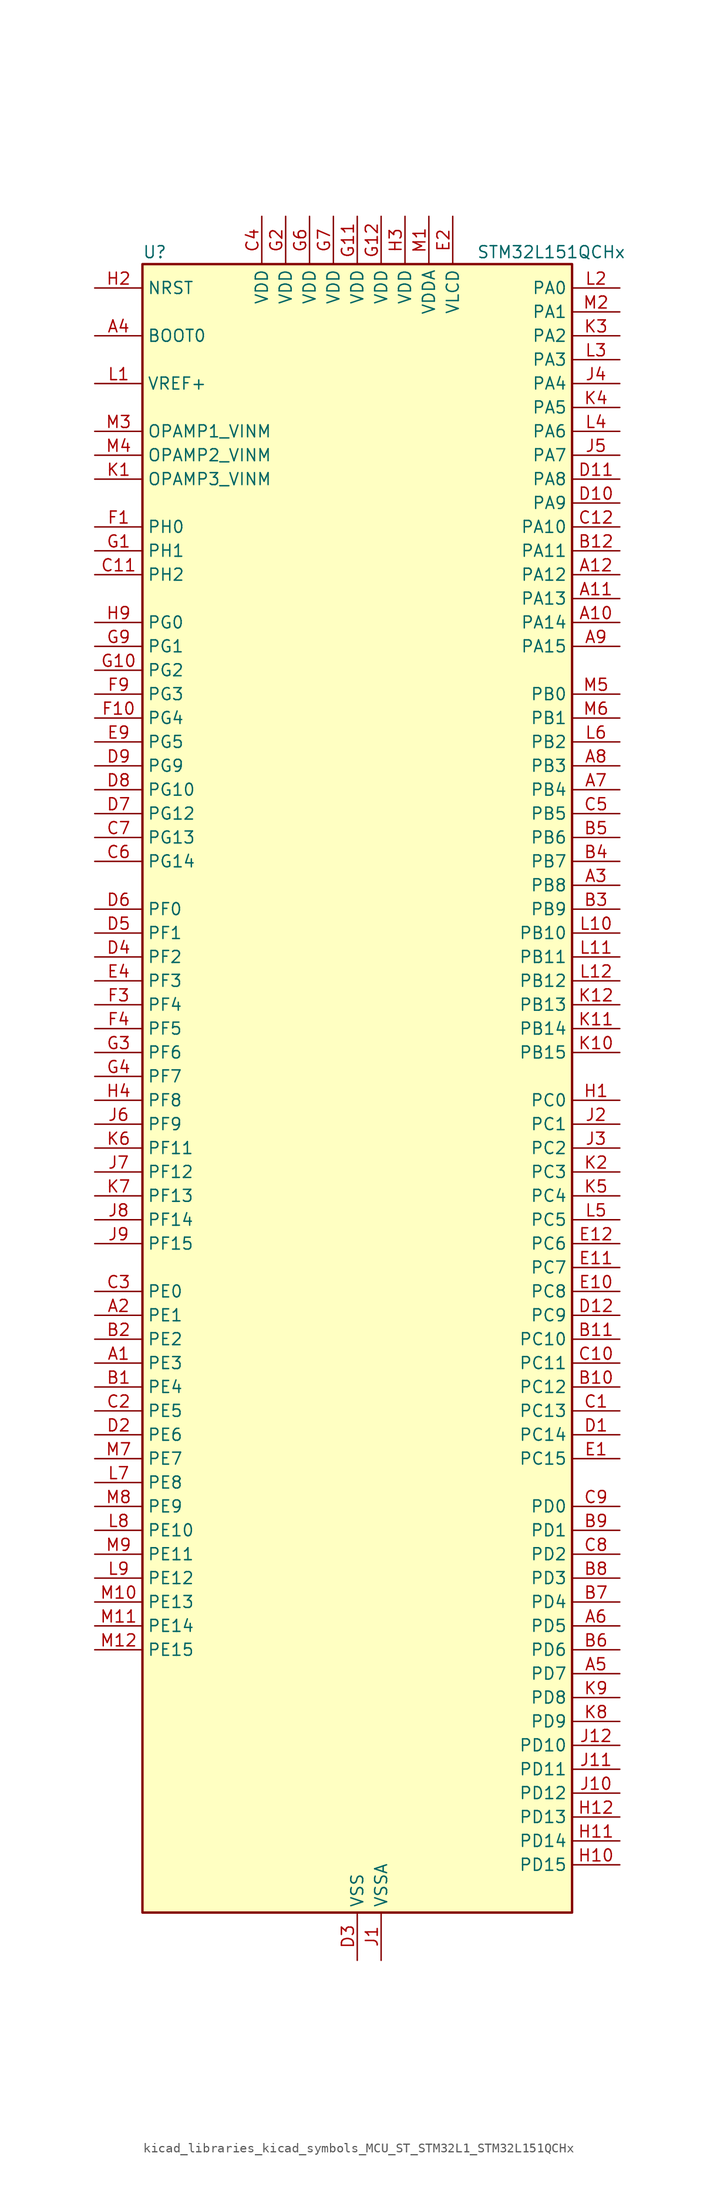
<source format=kicad_sym>
(kicad_symbol_lib
  (version 20220914)
  (generator kicad_symbol_editor)
  (symbol "kicad_libraries_kicad_symbols_MCU_ST_STM32L1_STM32L151QCHx"
    (property "Reference" "U"
      (at -22.86 90.17 0)
      (effects (font (size 1.27 1.27)) (justify left)))
    (property "Value" "STM32L151QCHx"
      (at 12.7 90.17 0)
      (effects (font (size 1.27 1.27)) (justify left)))
    (property "ki_locked" ""
      (at 0 0 0)
      (effects (font (size 1.27 1.27))))
    (symbol "kicad_libraries_kicad_symbols_MCU_ST_STM32L1_STM32L151QCHx_0_1"
      (rectangle (start -22.86 -86.36) (end 22.86 88.9) (stroke (width 0.254) (type default)) (fill (type background))))
    (symbol "kicad_libraries_kicad_symbols_MCU_ST_STM32L1_STM32L151QCHx_1_1"
      (pin bidirectional line (at -27.94 -27.94 0) (length 5.08) (name "PE3" (effects (font (size 1.27 1.27)))) (number "A1" (effects (font (size 1.27 1.27)))) (alternate "SYS_TRACED0" bidirectional line) (alternate "TIM3_CH1" bidirectional line) (alternate "TIMX_IC4" bidirectional line))
      (pin bidirectional line (at 27.94 50.8 180) (length 5.08) (name "PA14" (effects (font (size 1.27 1.27)))) (number "A10" (effects (font (size 1.27 1.27)))) (alternate "SYS_JTCK-SWCLK" bidirectional line) (alternate "TIMX_IC3" bidirectional line) (alternate "TS_G5_IO2" bidirectional line))
      (pin bidirectional line (at 27.94 53.34 180) (length 5.08) (name "PA13" (effects (font (size 1.27 1.27)))) (number "A11" (effects (font (size 1.27 1.27)))) (alternate "SYS_JTMS-SWDIO" bidirectional line) (alternate "TIMX_IC2" bidirectional line) (alternate "TS_G5_IO1" bidirectional line))
      (pin bidirectional line (at 27.94 55.88 180) (length 5.08) (name "PA12" (effects (font (size 1.27 1.27)))) (number "A12" (effects (font (size 1.27 1.27)))) (alternate "SPI1_MOSI" bidirectional line) (alternate "TIMX_IC1" bidirectional line) (alternate "USART1_RTS" bidirectional line) (alternate "USB_DP" bidirectional line))
      (pin bidirectional line (at -27.94 -22.86 0) (length 5.08) (name "PE1" (effects (font (size 1.27 1.27)))) (number "A2" (effects (font (size 1.27 1.27)))) (alternate "TIM11_CH1" bidirectional line) (alternate "TIMX_IC2" bidirectional line))
      (pin bidirectional line (at 27.94 22.86 180) (length 5.08) (name "PB8" (effects (font (size 1.27 1.27)))) (number "A3" (effects (font (size 1.27 1.27)))) (alternate "I2C1_SCL" bidirectional line) (alternate "TIM10_CH1" bidirectional line) (alternate "TIM4_CH3" bidirectional line))
      (pin input line (at -27.94 81.28 0) (length 5.08) (name "BOOT0" (effects (font (size 1.27 1.27)))) (number "A4" (effects (font (size 1.27 1.27)))))
      (pin bidirectional line (at 27.94 -60.96 180) (length 5.08) (name "PD7" (effects (font (size 1.27 1.27)))) (number "A5" (effects (font (size 1.27 1.27)))) (alternate "TIM9_CH2" bidirectional line) (alternate "TIMX_IC4" bidirectional line) (alternate "USART2_CK" bidirectional line))
      (pin bidirectional line (at 27.94 -55.88 180) (length 5.08) (name "PD5" (effects (font (size 1.27 1.27)))) (number "A6" (effects (font (size 1.27 1.27)))) (alternate "TIMX_IC2" bidirectional line) (alternate "USART2_TX" bidirectional line))
      (pin bidirectional line (at 27.94 33.02 180) (length 5.08) (name "PB4" (effects (font (size 1.27 1.27)))) (number "A7" (effects (font (size 1.27 1.27)))) (alternate "COMP2_INP" bidirectional line) (alternate "SPI1_MISO" bidirectional line) (alternate "SPI3_MISO" bidirectional line) (alternate "SYS_JTRST" bidirectional line) (alternate "TIM3_CH1" bidirectional line) (alternate "TS_G6_IO1" bidirectional line))
      (pin bidirectional line (at 27.94 35.56 180) (length 5.08) (name "PB3" (effects (font (size 1.27 1.27)))) (number "A8" (effects (font (size 1.27 1.27)))) (alternate "COMP2_INM" bidirectional line) (alternate "I2S3_CK" bidirectional line) (alternate "SPI1_SCK" bidirectional line) (alternate "SPI3_SCK" bidirectional line) (alternate "SYS_JTDO-TRACESWO" bidirectional line) (alternate "TIM2_CH2" bidirectional line))
      (pin bidirectional line (at 27.94 48.26 180) (length 5.08) (name "PA15" (effects (font (size 1.27 1.27)))) (number "A9" (effects (font (size 1.27 1.27)))) (alternate "ADC_EXTI15" bidirectional line) (alternate "I2S3_WS" bidirectional line) (alternate "SPI1_NSS" bidirectional line) (alternate "SPI3_NSS" bidirectional line) (alternate "SYS_JTDI" bidirectional line) (alternate "TIM2_CH1" bidirectional line) (alternate "TIM2_ETR" bidirectional line) (alternate "TIMX_IC4" bidirectional line) (alternate "TS_G5_IO3" bidirectional line))
      (pin bidirectional line (at -27.94 -30.48 0) (length 5.08) (name "PE4" (effects (font (size 1.27 1.27)))) (number "B1" (effects (font (size 1.27 1.27)))) (alternate "SYS_TRACED1" bidirectional line) (alternate "TIM3_CH2" bidirectional line) (alternate "TIMX_IC1" bidirectional line))
      (pin bidirectional line (at 27.94 -30.48 180) (length 5.08) (name "PC12" (effects (font (size 1.27 1.27)))) (number "B10" (effects (font (size 1.27 1.27)))) (alternate "I2S3_SD" bidirectional line) (alternate "SPI3_MOSI" bidirectional line) (alternate "TIMX_IC1" bidirectional line) (alternate "USART3_CK" bidirectional line))
      (pin bidirectional line (at 27.94 -25.4 180) (length 5.08) (name "PC10" (effects (font (size 1.27 1.27)))) (number "B11" (effects (font (size 1.27 1.27)))) (alternate "I2S3_CK" bidirectional line) (alternate "SPI3_SCK" bidirectional line) (alternate "TIMX_IC3" bidirectional line) (alternate "USART3_TX" bidirectional line))
      (pin bidirectional line (at 27.94 58.42 180) (length 5.08) (name "PA11" (effects (font (size 1.27 1.27)))) (number "B12" (effects (font (size 1.27 1.27)))) (alternate "ADC_EXTI11" bidirectional line) (alternate "SPI1_MISO" bidirectional line) (alternate "TIMX_IC4" bidirectional line) (alternate "USART1_CTS" bidirectional line) (alternate "USB_DM" bidirectional line))
      (pin bidirectional line (at -27.94 -25.4 0) (length 5.08) (name "PE2" (effects (font (size 1.27 1.27)))) (number "B2" (effects (font (size 1.27 1.27)))) (alternate "SYS_TRACECK" bidirectional line) (alternate "TIM3_ETR" bidirectional line) (alternate "TIMX_IC3" bidirectional line))
      (pin bidirectional line (at 27.94 20.32 180) (length 5.08) (name "PB9" (effects (font (size 1.27 1.27)))) (number "B3" (effects (font (size 1.27 1.27)))) (alternate "DAC_EXTI9" bidirectional line) (alternate "I2C1_SDA" bidirectional line) (alternate "TIM11_CH1" bidirectional line) (alternate "TIM4_CH4" bidirectional line))
      (pin bidirectional line (at 27.94 25.4 180) (length 5.08) (name "PB7" (effects (font (size 1.27 1.27)))) (number "B4" (effects (font (size 1.27 1.27)))) (alternate "COMP2_INP" bidirectional line) (alternate "I2C1_SDA" bidirectional line) (alternate "SYS_PVD_IN" bidirectional line) (alternate "TIM4_CH2" bidirectional line) (alternate "TS_G6_IO4" bidirectional line) (alternate "USART1_RX" bidirectional line))
      (pin bidirectional line (at 27.94 27.94 180) (length 5.08) (name "PB6" (effects (font (size 1.27 1.27)))) (number "B5" (effects (font (size 1.27 1.27)))) (alternate "COMP2_INP" bidirectional line) (alternate "I2C1_SCL" bidirectional line) (alternate "TIM4_CH1" bidirectional line) (alternate "TS_G6_IO3" bidirectional line) (alternate "USART1_TX" bidirectional line))
      (pin bidirectional line (at 27.94 -58.42 180) (length 5.08) (name "PD6" (effects (font (size 1.27 1.27)))) (number "B6" (effects (font (size 1.27 1.27)))) (alternate "TIMX_IC3" bidirectional line) (alternate "USART2_RX" bidirectional line))
      (pin bidirectional line (at 27.94 -53.34 180) (length 5.08) (name "PD4" (effects (font (size 1.27 1.27)))) (number "B7" (effects (font (size 1.27 1.27)))) (alternate "I2S2_SD" bidirectional line) (alternate "SPI2_MOSI" bidirectional line) (alternate "TIMX_IC1" bidirectional line) (alternate "USART2_RTS" bidirectional line))
      (pin bidirectional line (at 27.94 -50.8 180) (length 5.08) (name "PD3" (effects (font (size 1.27 1.27)))) (number "B8" (effects (font (size 1.27 1.27)))) (alternate "SPI2_MISO" bidirectional line) (alternate "TIMX_IC4" bidirectional line) (alternate "USART2_CTS" bidirectional line))
      (pin bidirectional line (at 27.94 -45.72 180) (length 5.08) (name "PD1" (effects (font (size 1.27 1.27)))) (number "B9" (effects (font (size 1.27 1.27)))) (alternate "I2S2_CK" bidirectional line) (alternate "SPI2_SCK" bidirectional line) (alternate "TIMX_IC2" bidirectional line))
      (pin bidirectional line (at 27.94 -33.02 180) (length 5.08) (name "PC13" (effects (font (size 1.27 1.27)))) (number "C1" (effects (font (size 1.27 1.27)))) (alternate "RTC_OUT_ALARM" bidirectional line) (alternate "RTC_OUT_CALIB" bidirectional line) (alternate "RTC_TAMP1" bidirectional line) (alternate "RTC_TS" bidirectional line) (alternate "SYS_WKUP2" bidirectional line) (alternate "TIMX_IC2" bidirectional line))
      (pin bidirectional line (at 27.94 -27.94 180) (length 5.08) (name "PC11" (effects (font (size 1.27 1.27)))) (number "C10" (effects (font (size 1.27 1.27)))) (alternate "ADC_EXTI11" bidirectional line) (alternate "SPI3_MISO" bidirectional line) (alternate "TIMX_IC4" bidirectional line) (alternate "USART3_RX" bidirectional line))
      (pin bidirectional line (at -27.94 55.88 0) (length 5.08) (name "PH2" (effects (font (size 1.27 1.27)))) (number "C11" (effects (font (size 1.27 1.27)))))
      (pin bidirectional line (at 27.94 60.96 180) (length 5.08) (name "PA10" (effects (font (size 1.27 1.27)))) (number "C12" (effects (font (size 1.27 1.27)))) (alternate "TIMX_IC3" bidirectional line) (alternate "TS_G4_IO3" bidirectional line) (alternate "USART1_RX" bidirectional line))
      (pin bidirectional line (at -27.94 -33.02 0) (length 5.08) (name "PE5" (effects (font (size 1.27 1.27)))) (number "C2" (effects (font (size 1.27 1.27)))) (alternate "SYS_TRACED2" bidirectional line) (alternate "TIM9_CH1" bidirectional line) (alternate "TIMX_IC2" bidirectional line))
      (pin bidirectional line (at -27.94 -20.32 0) (length 5.08) (name "PE0" (effects (font (size 1.27 1.27)))) (number "C3" (effects (font (size 1.27 1.27)))) (alternate "TIM10_CH1" bidirectional line) (alternate "TIM4_ETR" bidirectional line) (alternate "TIMX_IC1" bidirectional line))
      (pin power_in line (at -10.16 93.98 270) (length 5.08) (name "VDD" (effects (font (size 1.27 1.27)))) (number "C4" (effects (font (size 1.27 1.27)))))
      (pin bidirectional line (at 27.94 30.48 180) (length 5.08) (name "PB5" (effects (font (size 1.27 1.27)))) (number "C5" (effects (font (size 1.27 1.27)))) (alternate "COMP2_INP" bidirectional line) (alternate "I2C1_SMBA" bidirectional line) (alternate "I2S3_SD" bidirectional line) (alternate "SPI1_MOSI" bidirectional line) (alternate "SPI3_MOSI" bidirectional line) (alternate "TIM3_CH2" bidirectional line) (alternate "TS_G6_IO2" bidirectional line))
      (pin bidirectional line (at -27.94 25.4 0) (length 5.08) (name "PG14" (effects (font (size 1.27 1.27)))) (number "C6" (effects (font (size 1.27 1.27)))))
      (pin bidirectional line (at -27.94 27.94 0) (length 5.08) (name "PG13" (effects (font (size 1.27 1.27)))) (number "C7" (effects (font (size 1.27 1.27)))))
      (pin bidirectional line (at 27.94 -48.26 180) (length 5.08) (name "PD2" (effects (font (size 1.27 1.27)))) (number "C8" (effects (font (size 1.27 1.27)))) (alternate "TIM3_ETR" bidirectional line) (alternate "TIMX_IC3" bidirectional line))
      (pin bidirectional line (at 27.94 -43.18 180) (length 5.08) (name "PD0" (effects (font (size 1.27 1.27)))) (number "C9" (effects (font (size 1.27 1.27)))) (alternate "I2S2_WS" bidirectional line) (alternate "SPI2_NSS" bidirectional line) (alternate "TIM9_CH1" bidirectional line) (alternate "TIMX_IC1" bidirectional line))
      (pin bidirectional line (at 27.94 -35.56 180) (length 5.08) (name "PC14" (effects (font (size 1.27 1.27)))) (number "D1" (effects (font (size 1.27 1.27)))) (alternate "RCC_OSC32_IN" bidirectional line) (alternate "TIMX_IC3" bidirectional line))
      (pin bidirectional line (at 27.94 63.5 180) (length 5.08) (name "PA9" (effects (font (size 1.27 1.27)))) (number "D10" (effects (font (size 1.27 1.27)))) (alternate "DAC_EXTI9" bidirectional line) (alternate "TIMX_IC2" bidirectional line) (alternate "TS_G4_IO2" bidirectional line) (alternate "USART1_TX" bidirectional line))
      (pin bidirectional line (at 27.94 66.04 180) (length 5.08) (name "PA8" (effects (font (size 1.27 1.27)))) (number "D11" (effects (font (size 1.27 1.27)))) (alternate "RCC_MCO" bidirectional line) (alternate "TIMX_IC1" bidirectional line) (alternate "TS_G4_IO1" bidirectional line) (alternate "USART1_CK" bidirectional line))
      (pin bidirectional line (at 27.94 -22.86 180) (length 5.08) (name "PC9" (effects (font (size 1.27 1.27)))) (number "D12" (effects (font (size 1.27 1.27)))) (alternate "DAC_EXTI9" bidirectional line) (alternate "TIM3_CH4" bidirectional line) (alternate "TIMX_IC2" bidirectional line) (alternate "TS_G10_IO4" bidirectional line))
      (pin bidirectional line (at -27.94 -35.56 0) (length 5.08) (name "PE6" (effects (font (size 1.27 1.27)))) (number "D2" (effects (font (size 1.27 1.27)))) (alternate "RTC_TAMP3" bidirectional line) (alternate "SYS_TRACED3" bidirectional line) (alternate "SYS_WKUP3" bidirectional line) (alternate "TIM9_CH2" bidirectional line) (alternate "TIMX_IC3" bidirectional line))
      (pin power_in line (at 0 -91.44 90) (length 5.08) (name "VSS" (effects (font (size 1.27 1.27)))) (number "D3" (effects (font (size 1.27 1.27)))))
      (pin bidirectional line (at -27.94 15.24 0) (length 5.08) (name "PF2" (effects (font (size 1.27 1.27)))) (number "D4" (effects (font (size 1.27 1.27)))))
      (pin bidirectional line (at -27.94 17.78 0) (length 5.08) (name "PF1" (effects (font (size 1.27 1.27)))) (number "D5" (effects (font (size 1.27 1.27)))))
      (pin bidirectional line (at -27.94 20.32 0) (length 5.08) (name "PF0" (effects (font (size 1.27 1.27)))) (number "D6" (effects (font (size 1.27 1.27)))))
      (pin bidirectional line (at -27.94 30.48 0) (length 5.08) (name "PG12" (effects (font (size 1.27 1.27)))) (number "D7" (effects (font (size 1.27 1.27)))))
      (pin bidirectional line (at -27.94 33.02 0) (length 5.08) (name "PG10" (effects (font (size 1.27 1.27)))) (number "D8" (effects (font (size 1.27 1.27)))))
      (pin bidirectional line (at -27.94 35.56 0) (length 5.08) (name "PG9" (effects (font (size 1.27 1.27)))) (number "D9" (effects (font (size 1.27 1.27)))) (alternate "DAC_EXTI9" bidirectional line))
      (pin bidirectional line (at 27.94 -38.1 180) (length 5.08) (name "PC15" (effects (font (size 1.27 1.27)))) (number "E1" (effects (font (size 1.27 1.27)))) (alternate "ADC_EXTI15" bidirectional line) (alternate "RCC_OSC32_OUT" bidirectional line) (alternate "TIMX_IC4" bidirectional line))
      (pin bidirectional line (at 27.94 -20.32 180) (length 5.08) (name "PC8" (effects (font (size 1.27 1.27)))) (number "E10" (effects (font (size 1.27 1.27)))) (alternate "TIM3_CH3" bidirectional line) (alternate "TIMX_IC1" bidirectional line) (alternate "TS_G10_IO3" bidirectional line))
      (pin bidirectional line (at 27.94 -17.78 180) (length 5.08) (name "PC7" (effects (font (size 1.27 1.27)))) (number "E11" (effects (font (size 1.27 1.27)))) (alternate "I2S3_MCK" bidirectional line) (alternate "TIM3_CH2" bidirectional line) (alternate "TIMX_IC4" bidirectional line) (alternate "TS_G10_IO2" bidirectional line))
      (pin bidirectional line (at 27.94 -15.24 180) (length 5.08) (name "PC6" (effects (font (size 1.27 1.27)))) (number "E12" (effects (font (size 1.27 1.27)))) (alternate "I2S2_MCK" bidirectional line) (alternate "TIM3_CH1" bidirectional line) (alternate "TIMX_IC3" bidirectional line) (alternate "TS_G10_IO1" bidirectional line))
      (pin power_in line (at 10.16 93.98 270) (length 5.08) (name "VLCD" (effects (font (size 1.27 1.27)))) (number "E2" (effects (font (size 1.27 1.27)))))
      (pin passive line (at 0 -91.44 90) (length 5.08) hide (name "VSS" (effects (font (size 1.27 1.27)))) (number "E3" (effects (font (size 1.27 1.27)))))
      (pin bidirectional line (at -27.94 12.7 0) (length 5.08) (name "PF3" (effects (font (size 1.27 1.27)))) (number "E4" (effects (font (size 1.27 1.27)))))
      (pin bidirectional line (at -27.94 38.1 0) (length 5.08) (name "PG5" (effects (font (size 1.27 1.27)))) (number "E9" (effects (font (size 1.27 1.27)))))
      (pin bidirectional line (at -27.94 60.96 0) (length 5.08) (name "PH0" (effects (font (size 1.27 1.27)))) (number "F1" (effects (font (size 1.27 1.27)))) (alternate "RCC_OSC_IN" bidirectional line))
      (pin bidirectional line (at -27.94 40.64 0) (length 5.08) (name "PG4" (effects (font (size 1.27 1.27)))) (number "F10" (effects (font (size 1.27 1.27)))) (alternate "ADC_IN12b" bidirectional line) (alternate "TS_G7_IO7" bidirectional line))
      (pin passive line (at 0 -91.44 90) (length 5.08) hide (name "VSS" (effects (font (size 1.27 1.27)))) (number "F11" (effects (font (size 1.27 1.27)))))
      (pin passive line (at 0 -91.44 90) (length 5.08) hide (name "VSS" (effects (font (size 1.27 1.27)))) (number "F12" (effects (font (size 1.27 1.27)))))
      (pin passive line (at 0 -91.44 90) (length 5.08) hide (name "VSS" (effects (font (size 1.27 1.27)))) (number "F2" (effects (font (size 1.27 1.27)))))
      (pin bidirectional line (at -27.94 10.16 0) (length 5.08) (name "PF4" (effects (font (size 1.27 1.27)))) (number "F3" (effects (font (size 1.27 1.27)))))
      (pin bidirectional line (at -27.94 7.62 0) (length 5.08) (name "PF5" (effects (font (size 1.27 1.27)))) (number "F4" (effects (font (size 1.27 1.27)))))
      (pin passive line (at 0 -91.44 90) (length 5.08) hide (name "VSS" (effects (font (size 1.27 1.27)))) (number "F6" (effects (font (size 1.27 1.27)))))
      (pin passive line (at 0 -91.44 90) (length 5.08) hide (name "VSS" (effects (font (size 1.27 1.27)))) (number "F7" (effects (font (size 1.27 1.27)))))
      (pin bidirectional line (at -27.94 43.18 0) (length 5.08) (name "PG3" (effects (font (size 1.27 1.27)))) (number "F9" (effects (font (size 1.27 1.27)))) (alternate "ADC_IN11b" bidirectional line) (alternate "TS_G7_IO6" bidirectional line))
      (pin bidirectional line (at -27.94 58.42 0) (length 5.08) (name "PH1" (effects (font (size 1.27 1.27)))) (number "G1" (effects (font (size 1.27 1.27)))) (alternate "RCC_OSC_OUT" bidirectional line))
      (pin bidirectional line (at -27.94 45.72 0) (length 5.08) (name "PG2" (effects (font (size 1.27 1.27)))) (number "G10" (effects (font (size 1.27 1.27)))) (alternate "ADC_IN10b" bidirectional line) (alternate "TS_G7_IO5" bidirectional line))
      (pin power_in line (at 0 93.98 270) (length 5.08) (name "VDD" (effects (font (size 1.27 1.27)))) (number "G11" (effects (font (size 1.27 1.27)))))
      (pin power_in line (at 2.54 93.98 270) (length 5.08) (name "VDD" (effects (font (size 1.27 1.27)))) (number "G12" (effects (font (size 1.27 1.27)))))
      (pin power_in line (at -7.62 93.98 270) (length 5.08) (name "VDD" (effects (font (size 1.27 1.27)))) (number "G2" (effects (font (size 1.27 1.27)))))
      (pin bidirectional line (at -27.94 5.08 0) (length 5.08) (name "PF6" (effects (font (size 1.27 1.27)))) (number "G3" (effects (font (size 1.27 1.27)))) (alternate "ADC_IN27" bidirectional line) (alternate "TIM5_CH1" bidirectional line) (alternate "TIM5_ETR" bidirectional line) (alternate "TS_G11_IO1" bidirectional line))
      (pin bidirectional line (at -27.94 2.54 0) (length 5.08) (name "PF7" (effects (font (size 1.27 1.27)))) (number "G4" (effects (font (size 1.27 1.27)))) (alternate "ADC_IN28" bidirectional line) (alternate "COMP1_INP" bidirectional line) (alternate "TIM5_CH2" bidirectional line) (alternate "TS_G11_IO2" bidirectional line))
      (pin power_in line (at -5.08 93.98 270) (length 5.08) (name "VDD" (effects (font (size 1.27 1.27)))) (number "G6" (effects (font (size 1.27 1.27)))))
      (pin power_in line (at -2.54 93.98 270) (length 5.08) (name "VDD" (effects (font (size 1.27 1.27)))) (number "G7" (effects (font (size 1.27 1.27)))))
      (pin bidirectional line (at -27.94 48.26 0) (length 5.08) (name "PG1" (effects (font (size 1.27 1.27)))) (number "G9" (effects (font (size 1.27 1.27)))) (alternate "ADC_IN9b" bidirectional line) (alternate "TS_G2_IO5" bidirectional line))
      (pin bidirectional line (at 27.94 0 180) (length 5.08) (name "PC0" (effects (font (size 1.27 1.27)))) (number "H1" (effects (font (size 1.27 1.27)))) (alternate "ADC_IN10" bidirectional line) (alternate "COMP1_INP" bidirectional line) (alternate "TIMX_IC1" bidirectional line) (alternate "TS_G8_IO1" bidirectional line))
      (pin bidirectional line (at 27.94 -81.28 180) (length 5.08) (name "PD15" (effects (font (size 1.27 1.27)))) (number "H10" (effects (font (size 1.27 1.27)))) (alternate "ADC_EXTI15" bidirectional line) (alternate "TIM4_CH4" bidirectional line) (alternate "TIMX_IC4" bidirectional line))
      (pin bidirectional line (at 27.94 -78.74 180) (length 5.08) (name "PD14" (effects (font (size 1.27 1.27)))) (number "H11" (effects (font (size 1.27 1.27)))) (alternate "TIM4_CH3" bidirectional line) (alternate "TIMX_IC3" bidirectional line))
      (pin bidirectional line (at 27.94 -76.2 180) (length 5.08) (name "PD13" (effects (font (size 1.27 1.27)))) (number "H12" (effects (font (size 1.27 1.27)))) (alternate "TIM4_CH2" bidirectional line) (alternate "TIMX_IC2" bidirectional line))
      (pin input line (at -27.94 86.36 0) (length 5.08) (name "NRST" (effects (font (size 1.27 1.27)))) (number "H2" (effects (font (size 1.27 1.27)))))
      (pin power_in line (at 5.08 93.98 270) (length 5.08) (name "VDD" (effects (font (size 1.27 1.27)))) (number "H3" (effects (font (size 1.27 1.27)))))
      (pin bidirectional line (at -27.94 0 0) (length 5.08) (name "PF8" (effects (font (size 1.27 1.27)))) (number "H4" (effects (font (size 1.27 1.27)))) (alternate "ADC_IN29" bidirectional line) (alternate "COMP1_INP" bidirectional line) (alternate "TIM5_CH3" bidirectional line) (alternate "TS_G11_IO3" bidirectional line))
      (pin bidirectional line (at -27.94 50.8 0) (length 5.08) (name "PG0" (effects (font (size 1.27 1.27)))) (number "H9" (effects (font (size 1.27 1.27)))) (alternate "ADC_IN8b" bidirectional line) (alternate "TS_G2_IO4" bidirectional line))
      (pin power_in line (at 2.54 -91.44 90) (length 5.08) (name "VSSA" (effects (font (size 1.27 1.27)))) (number "J1" (effects (font (size 1.27 1.27)))))
      (pin bidirectional line (at 27.94 -73.66 180) (length 5.08) (name "PD12" (effects (font (size 1.27 1.27)))) (number "J10" (effects (font (size 1.27 1.27)))) (alternate "TIM4_CH1" bidirectional line) (alternate "TIMX_IC1" bidirectional line) (alternate "USART3_RTS" bidirectional line))
      (pin bidirectional line (at 27.94 -71.12 180) (length 5.08) (name "PD11" (effects (font (size 1.27 1.27)))) (number "J11" (effects (font (size 1.27 1.27)))) (alternate "ADC_EXTI11" bidirectional line) (alternate "TIMX_IC4" bidirectional line) (alternate "USART3_CTS" bidirectional line))
      (pin bidirectional line (at 27.94 -68.58 180) (length 5.08) (name "PD10" (effects (font (size 1.27 1.27)))) (number "J12" (effects (font (size 1.27 1.27)))) (alternate "TIMX_IC3" bidirectional line) (alternate "USART3_CK" bidirectional line))
      (pin bidirectional line (at 27.94 -2.54 180) (length 5.08) (name "PC1" (effects (font (size 1.27 1.27)))) (number "J2" (effects (font (size 1.27 1.27)))) (alternate "ADC_IN11" bidirectional line) (alternate "COMP1_INP" bidirectional line) (alternate "TIMX_IC2" bidirectional line) (alternate "TS_G8_IO2" bidirectional line))
      (pin bidirectional line (at 27.94 -5.08 180) (length 5.08) (name "PC2" (effects (font (size 1.27 1.27)))) (number "J3" (effects (font (size 1.27 1.27)))) (alternate "ADC_IN12" bidirectional line) (alternate "COMP1_INP" bidirectional line) (alternate "TIMX_IC3" bidirectional line) (alternate "TS_G8_IO3" bidirectional line))
      (pin bidirectional line (at 27.94 76.2 180) (length 5.08) (name "PA4" (effects (font (size 1.27 1.27)))) (number "J4" (effects (font (size 1.27 1.27)))) (alternate "ADC_IN4" bidirectional line) (alternate "COMP1_INP" bidirectional line) (alternate "DAC_OUT1" bidirectional line) (alternate "I2S3_WS" bidirectional line) (alternate "SPI1_NSS" bidirectional line) (alternate "SPI3_NSS" bidirectional line) (alternate "TIMX_IC1" bidirectional line) (alternate "USART2_CK" bidirectional line))
      (pin bidirectional line (at 27.94 68.58 180) (length 5.08) (name "PA7" (effects (font (size 1.27 1.27)))) (number "J5" (effects (font (size 1.27 1.27)))) (alternate "ADC_IN7" bidirectional line) (alternate "COMP1_INP" bidirectional line) (alternate "SPI1_MOSI" bidirectional line) (alternate "TIM11_CH1" bidirectional line) (alternate "TIM3_CH2" bidirectional line) (alternate "TIMX_IC4" bidirectional line) (alternate "TS_G2_IO2" bidirectional line))
      (pin bidirectional line (at -27.94 -2.54 0) (length 5.08) (name "PF9" (effects (font (size 1.27 1.27)))) (number "J6" (effects (font (size 1.27 1.27)))) (alternate "ADC_IN30" bidirectional line) (alternate "COMP1_INP" bidirectional line) (alternate "DAC_EXTI9" bidirectional line) (alternate "TIM5_CH4" bidirectional line) (alternate "TS_G11_IO4" bidirectional line))
      (pin bidirectional line (at -27.94 -7.62 0) (length 5.08) (name "PF12" (effects (font (size 1.27 1.27)))) (number "J7" (effects (font (size 1.27 1.27)))) (alternate "ADC_IN2b" bidirectional line) (alternate "TS_G3_IO5" bidirectional line))
      (pin bidirectional line (at -27.94 -12.7 0) (length 5.08) (name "PF14" (effects (font (size 1.27 1.27)))) (number "J8" (effects (font (size 1.27 1.27)))) (alternate "ADC_IN6b" bidirectional line) (alternate "TS_G9_IO4" bidirectional line))
      (pin bidirectional line (at -27.94 -15.24 0) (length 5.08) (name "PF15" (effects (font (size 1.27 1.27)))) (number "J9" (effects (font (size 1.27 1.27)))) (alternate "ADC_EXTI15" bidirectional line) (alternate "ADC_IN7b" bidirectional line) (alternate "TS_G2_IO3" bidirectional line))
      (pin input line (at -27.94 66.04 0) (length 5.08) (name "OPAMP3_VINM" (effects (font (size 1.27 1.27)))) (number "K1" (effects (font (size 1.27 1.27)))))
      (pin bidirectional line (at 27.94 5.08 180) (length 5.08) (name "PB15" (effects (font (size 1.27 1.27)))) (number "K10" (effects (font (size 1.27 1.27)))) (alternate "ADC_EXTI15" bidirectional line) (alternate "ADC_IN21" bidirectional line) (alternate "COMP1_INP" bidirectional line) (alternate "I2S2_SD" bidirectional line) (alternate "RTC_REFIN" bidirectional line) (alternate "SPI2_MOSI" bidirectional line) (alternate "TIM11_CH1" bidirectional line) (alternate "TS_G7_IO4" bidirectional line))
      (pin bidirectional line (at 27.94 7.62 180) (length 5.08) (name "PB14" (effects (font (size 1.27 1.27)))) (number "K11" (effects (font (size 1.27 1.27)))) (alternate "ADC_IN20" bidirectional line) (alternate "COMP1_INP" bidirectional line) (alternate "SPI2_MISO" bidirectional line) (alternate "TIM9_CH2" bidirectional line) (alternate "TS_G7_IO3" bidirectional line) (alternate "USART3_RTS" bidirectional line))
      (pin bidirectional line (at 27.94 10.16 180) (length 5.08) (name "PB13" (effects (font (size 1.27 1.27)))) (number "K12" (effects (font (size 1.27 1.27)))) (alternate "ADC_IN19" bidirectional line) (alternate "COMP1_INP" bidirectional line) (alternate "I2S2_CK" bidirectional line) (alternate "SPI2_SCK" bidirectional line) (alternate "TIM9_CH1" bidirectional line) (alternate "TS_G7_IO2" bidirectional line) (alternate "USART3_CTS" bidirectional line))
      (pin bidirectional line (at 27.94 -7.62 180) (length 5.08) (name "PC3" (effects (font (size 1.27 1.27)))) (number "K2" (effects (font (size 1.27 1.27)))) (alternate "ADC_IN13" bidirectional line) (alternate "COMP1_INP" bidirectional line) (alternate "TIMX_IC4" bidirectional line) (alternate "TS_G8_IO4" bidirectional line))
      (pin bidirectional line (at 27.94 81.28 180) (length 5.08) (name "PA2" (effects (font (size 1.27 1.27)))) (number "K3" (effects (font (size 1.27 1.27)))) (alternate "ADC_IN2" bidirectional line) (alternate "COMP1_INP" bidirectional line) (alternate "TIM2_CH3" bidirectional line) (alternate "TIM5_CH3" bidirectional line) (alternate "TIM9_CH1" bidirectional line) (alternate "TIMX_IC3" bidirectional line) (alternate "TS_G1_IO3" bidirectional line) (alternate "USART2_TX" bidirectional line))
      (pin bidirectional line (at 27.94 73.66 180) (length 5.08) (name "PA5" (effects (font (size 1.27 1.27)))) (number "K4" (effects (font (size 1.27 1.27)))) (alternate "ADC_IN5" bidirectional line) (alternate "COMP1_INP" bidirectional line) (alternate "DAC_OUT2" bidirectional line) (alternate "SPI1_SCK" bidirectional line) (alternate "TIM2_CH1" bidirectional line) (alternate "TIM2_ETR" bidirectional line) (alternate "TIMX_IC2" bidirectional line))
      (pin bidirectional line (at 27.94 -10.16 180) (length 5.08) (name "PC4" (effects (font (size 1.27 1.27)))) (number "K5" (effects (font (size 1.27 1.27)))) (alternate "ADC_IN14" bidirectional line) (alternate "COMP1_INP" bidirectional line) (alternate "TIMX_IC1" bidirectional line) (alternate "TS_G9_IO1" bidirectional line))
      (pin bidirectional line (at -27.94 -5.08 0) (length 5.08) (name "PF11" (effects (font (size 1.27 1.27)))) (number "K6" (effects (font (size 1.27 1.27)))) (alternate "ADC_EXTI11" bidirectional line) (alternate "ADC_IN1b" bidirectional line) (alternate "TS_G3_IO4" bidirectional line))
      (pin bidirectional line (at -27.94 -10.16 0) (length 5.08) (name "PF13" (effects (font (size 1.27 1.27)))) (number "K7" (effects (font (size 1.27 1.27)))) (alternate "ADC_IN3b" bidirectional line) (alternate "TS_G9_IO3" bidirectional line))
      (pin bidirectional line (at 27.94 -66.04 180) (length 5.08) (name "PD9" (effects (font (size 1.27 1.27)))) (number "K8" (effects (font (size 1.27 1.27)))) (alternate "DAC_EXTI9" bidirectional line) (alternate "TIMX_IC2" bidirectional line) (alternate "USART3_RX" bidirectional line))
      (pin bidirectional line (at 27.94 -63.5 180) (length 5.08) (name "PD8" (effects (font (size 1.27 1.27)))) (number "K9" (effects (font (size 1.27 1.27)))) (alternate "TIMX_IC1" bidirectional line) (alternate "USART3_TX" bidirectional line))
      (pin input line (at -27.94 76.2 0) (length 5.08) (name "VREF+" (effects (font (size 1.27 1.27)))) (number "L1" (effects (font (size 1.27 1.27)))))
      (pin bidirectional line (at 27.94 17.78 180) (length 5.08) (name "PB10" (effects (font (size 1.27 1.27)))) (number "L10" (effects (font (size 1.27 1.27)))) (alternate "I2C2_SCL" bidirectional line) (alternate "TIM2_CH3" bidirectional line) (alternate "USART3_TX" bidirectional line))
      (pin bidirectional line (at 27.94 15.24 180) (length 5.08) (name "PB11" (effects (font (size 1.27 1.27)))) (number "L11" (effects (font (size 1.27 1.27)))) (alternate "ADC_EXTI11" bidirectional line) (alternate "I2C2_SDA" bidirectional line) (alternate "TIM2_CH4" bidirectional line) (alternate "USART3_RX" bidirectional line))
      (pin bidirectional line (at 27.94 12.7 180) (length 5.08) (name "PB12" (effects (font (size 1.27 1.27)))) (number "L12" (effects (font (size 1.27 1.27)))) (alternate "ADC_IN18" bidirectional line) (alternate "COMP1_INP" bidirectional line) (alternate "I2C2_SMBA" bidirectional line) (alternate "I2S2_WS" bidirectional line) (alternate "SPI2_NSS" bidirectional line) (alternate "TIM10_CH1" bidirectional line) (alternate "TS_G7_IO1" bidirectional line) (alternate "USART3_CK" bidirectional line))
      (pin bidirectional line (at 27.94 86.36 180) (length 5.08) (name "PA0" (effects (font (size 1.27 1.27)))) (number "L2" (effects (font (size 1.27 1.27)))) (alternate "ADC_IN0" bidirectional line) (alternate "COMP1_INP" bidirectional line) (alternate "RTC_TAMP2" bidirectional line) (alternate "SYS_WKUP1" bidirectional line) (alternate "TIM2_CH1" bidirectional line) (alternate "TIM2_ETR" bidirectional line) (alternate "TIM5_CH1" bidirectional line) (alternate "TIMX_IC1" bidirectional line) (alternate "TS_G1_IO1" bidirectional line) (alternate "USART2_CTS" bidirectional line))
      (pin bidirectional line (at 27.94 78.74 180) (length 5.08) (name "PA3" (effects (font (size 1.27 1.27)))) (number "L3" (effects (font (size 1.27 1.27)))) (alternate "ADC_IN3" bidirectional line) (alternate "COMP1_INP" bidirectional line) (alternate "OPAMP1_VOUT" bidirectional line) (alternate "TIM2_CH4" bidirectional line) (alternate "TIM5_CH4" bidirectional line) (alternate "TIM9_CH2" bidirectional line) (alternate "TIMX_IC4" bidirectional line) (alternate "TS_G1_IO4" bidirectional line) (alternate "USART2_RX" bidirectional line))
      (pin bidirectional line (at 27.94 71.12 180) (length 5.08) (name "PA6" (effects (font (size 1.27 1.27)))) (number "L4" (effects (font (size 1.27 1.27)))) (alternate "ADC_IN6" bidirectional line) (alternate "COMP1_INP" bidirectional line) (alternate "OPAMP2_VINP" bidirectional line) (alternate "SPI1_MISO" bidirectional line) (alternate "TIM10_CH1" bidirectional line) (alternate "TIM3_CH1" bidirectional line) (alternate "TIMX_IC3" bidirectional line) (alternate "TS_G2_IO1" bidirectional line))
      (pin bidirectional line (at 27.94 -12.7 180) (length 5.08) (name "PC5" (effects (font (size 1.27 1.27)))) (number "L5" (effects (font (size 1.27 1.27)))) (alternate "ADC_IN15" bidirectional line) (alternate "COMP1_INP" bidirectional line) (alternate "TIMX_IC2" bidirectional line) (alternate "TS_G9_IO2" bidirectional line))
      (pin bidirectional line (at 27.94 38.1 180) (length 5.08) (name "PB2" (effects (font (size 1.27 1.27)))) (number "L6" (effects (font (size 1.27 1.27)))) (alternate "ADC_IN0b" bidirectional line) (alternate "TS_G3_IO3" bidirectional line))
      (pin bidirectional line (at -27.94 -40.64 0) (length 5.08) (name "PE8" (effects (font (size 1.27 1.27)))) (number "L7" (effects (font (size 1.27 1.27)))) (alternate "ADC_IN23" bidirectional line) (alternate "COMP1_INP" bidirectional line) (alternate "TIMX_IC1" bidirectional line))
      (pin bidirectional line (at -27.94 -45.72 0) (length 5.08) (name "PE10" (effects (font (size 1.27 1.27)))) (number "L8" (effects (font (size 1.27 1.27)))) (alternate "ADC_IN25" bidirectional line) (alternate "COMP1_INP" bidirectional line) (alternate "TIM2_CH2" bidirectional line) (alternate "TIMX_IC3" bidirectional line))
      (pin bidirectional line (at -27.94 -50.8 0) (length 5.08) (name "PE12" (effects (font (size 1.27 1.27)))) (number "L9" (effects (font (size 1.27 1.27)))) (alternate "SPI1_NSS" bidirectional line) (alternate "TIM2_CH4" bidirectional line) (alternate "TIMX_IC1" bidirectional line))
      (pin power_in line (at 7.62 93.98 270) (length 5.08) (name "VDDA" (effects (font (size 1.27 1.27)))) (number "M1" (effects (font (size 1.27 1.27)))))
      (pin bidirectional line (at -27.94 -53.34 0) (length 5.08) (name "PE13" (effects (font (size 1.27 1.27)))) (number "M10" (effects (font (size 1.27 1.27)))) (alternate "SPI1_SCK" bidirectional line) (alternate "TIMX_IC2" bidirectional line))
      (pin bidirectional line (at -27.94 -55.88 0) (length 5.08) (name "PE14" (effects (font (size 1.27 1.27)))) (number "M11" (effects (font (size 1.27 1.27)))) (alternate "SPI1_MISO" bidirectional line) (alternate "TIMX_IC3" bidirectional line))
      (pin bidirectional line (at -27.94 -58.42 0) (length 5.08) (name "PE15" (effects (font (size 1.27 1.27)))) (number "M12" (effects (font (size 1.27 1.27)))) (alternate "ADC_EXTI15" bidirectional line) (alternate "SPI1_MOSI" bidirectional line) (alternate "TIMX_IC4" bidirectional line))
      (pin bidirectional line (at 27.94 83.82 180) (length 5.08) (name "PA1" (effects (font (size 1.27 1.27)))) (number "M2" (effects (font (size 1.27 1.27)))) (alternate "ADC_IN1" bidirectional line) (alternate "COMP1_INP" bidirectional line) (alternate "OPAMP1_VINP" bidirectional line) (alternate "TIM2_CH2" bidirectional line) (alternate "TIM5_CH2" bidirectional line) (alternate "TIMX_IC2" bidirectional line) (alternate "TS_G1_IO2" bidirectional line) (alternate "USART2_RTS" bidirectional line))
      (pin input line (at -27.94 71.12 0) (length 5.08) (name "OPAMP1_VINM" (effects (font (size 1.27 1.27)))) (number "M3" (effects (font (size 1.27 1.27)))) (alternate "OPAMP1_VINM" bidirectional line))
      (pin input line (at -27.94 68.58 0) (length 5.08) (name "OPAMP2_VINM" (effects (font (size 1.27 1.27)))) (number "M4" (effects (font (size 1.27 1.27)))) (alternate "OPAMP2_VINM" bidirectional line))
      (pin bidirectional line (at 27.94 43.18 180) (length 5.08) (name "PB0" (effects (font (size 1.27 1.27)))) (number "M5" (effects (font (size 1.27 1.27)))) (alternate "ADC_IN8" bidirectional line) (alternate "COMP1_INP" bidirectional line) (alternate "OPAMP2_VOUT" bidirectional line) (alternate "SYS_V_REF_OUT" bidirectional line) (alternate "TIM3_CH3" bidirectional line) (alternate "TS_G3_IO1" bidirectional line))
      (pin bidirectional line (at 27.94 40.64 180) (length 5.08) (name "PB1" (effects (font (size 1.27 1.27)))) (number "M6" (effects (font (size 1.27 1.27)))) (alternate "ADC_IN9" bidirectional line) (alternate "COMP1_INP" bidirectional line) (alternate "SYS_V_REF_OUT" bidirectional line) (alternate "TIM3_CH4" bidirectional line) (alternate "TS_G3_IO2" bidirectional line))
      (pin bidirectional line (at -27.94 -38.1 0) (length 5.08) (name "PE7" (effects (font (size 1.27 1.27)))) (number "M7" (effects (font (size 1.27 1.27)))) (alternate "ADC_IN22" bidirectional line) (alternate "COMP1_INP" bidirectional line) (alternate "TIMX_IC4" bidirectional line))
      (pin bidirectional line (at -27.94 -43.18 0) (length 5.08) (name "PE9" (effects (font (size 1.27 1.27)))) (number "M8" (effects (font (size 1.27 1.27)))) (alternate "ADC_IN24" bidirectional line) (alternate "COMP1_INP" bidirectional line) (alternate "DAC_EXTI9" bidirectional line) (alternate "TIM2_CH1" bidirectional line) (alternate "TIM2_ETR" bidirectional line) (alternate "TIMX_IC2" bidirectional line))
      (pin bidirectional line (at -27.94 -48.26 0) (length 5.08) (name "PE11" (effects (font (size 1.27 1.27)))) (number "M9" (effects (font (size 1.27 1.27)))) (alternate "ADC_EXTI11" bidirectional line) (alternate "TIM2_CH3" bidirectional line) (alternate "TIMX_IC4" bidirectional line)))))
</source>
